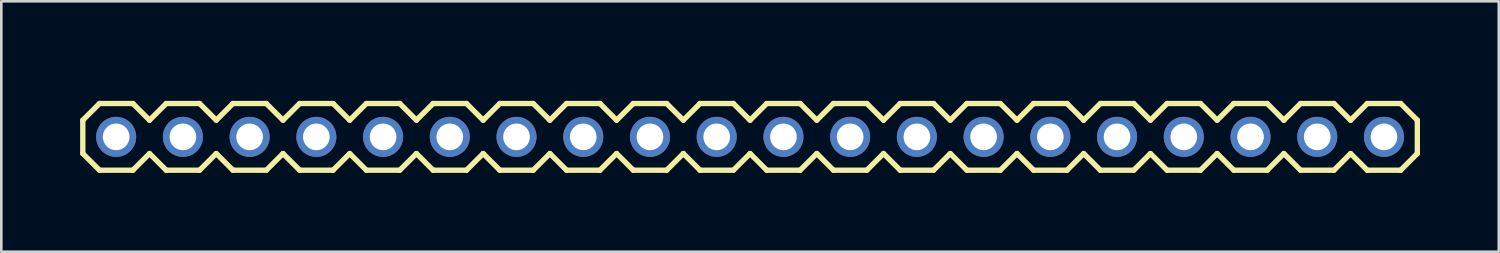
<source format=kicad_pcb>
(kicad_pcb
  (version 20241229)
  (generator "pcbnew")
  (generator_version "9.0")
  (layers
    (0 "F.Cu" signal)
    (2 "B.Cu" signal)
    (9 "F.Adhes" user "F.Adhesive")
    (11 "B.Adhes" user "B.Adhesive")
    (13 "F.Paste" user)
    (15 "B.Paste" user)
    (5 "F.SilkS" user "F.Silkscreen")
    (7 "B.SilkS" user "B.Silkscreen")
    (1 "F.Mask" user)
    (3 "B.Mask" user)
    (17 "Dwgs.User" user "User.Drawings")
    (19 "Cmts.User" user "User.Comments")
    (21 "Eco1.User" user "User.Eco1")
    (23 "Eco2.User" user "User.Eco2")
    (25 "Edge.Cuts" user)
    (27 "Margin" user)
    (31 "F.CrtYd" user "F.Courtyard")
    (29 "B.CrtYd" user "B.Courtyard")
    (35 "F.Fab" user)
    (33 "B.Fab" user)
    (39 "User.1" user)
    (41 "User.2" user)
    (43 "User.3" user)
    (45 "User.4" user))
  (footprint "1X20"
    (layer "F.Cu")
    (at 1.372 2.16)
    (property "Reference" "1X20" (at 1.194 -1.194 0) (layer "Eco1.User") (effects (font (size 1.27 1.27) (thickness 0.127))))
    (attr through_hole)
    (fp_line (start -1.27 -0.635) (end -1.27 0.635) (stroke (width 0.203) (type solid)) (layer "F.SilkS"))
    (fp_line (start -1.27 0.635) (end -0.635 1.27) (stroke (width 0.203) (type solid)) (layer "F.SilkS"))
    (fp_line (start -0.635 -1.27) (end -1.27 -0.635) (stroke (width 0.203) (type solid)) (layer "F.SilkS"))
    (fp_line (start -0.635 -1.27) (end 0.635 -1.27) (stroke (width 0.203) (type solid)) (layer "F.SilkS"))
    (fp_line (start 0.635 -1.27) (end 1.27 -0.635) (stroke (width 0.203) (type solid)) (layer "F.SilkS"))
    (fp_line (start 0.635 1.27) (end -0.635 1.27) (stroke (width 0.203) (type solid)) (layer "F.SilkS"))
    (fp_line (start 1.27 -0.635) (end 1.905 -1.27) (stroke (width 0.203) (type solid)) (layer "F.SilkS"))
    (fp_line (start 1.27 0.635) (end 0.635 1.27) (stroke (width 0.203) (type solid)) (layer "F.SilkS"))
    (fp_line (start 1.905 -1.27) (end 3.175 -1.27) (stroke (width 0.203) (type solid)) (layer "F.SilkS"))
    (fp_line (start 1.905 1.27) (end 1.27 0.635) (stroke (width 0.203) (type solid)) (layer "F.SilkS"))
    (fp_line (start 3.175 -1.27) (end 3.81 -0.635) (stroke (width 0.203) (type solid)) (layer "F.SilkS"))
    (fp_line (start 3.175 1.27) (end 1.905 1.27) (stroke (width 0.203) (type solid)) (layer "F.SilkS"))
    (fp_line (start 3.81 -0.635) (end 4.445 -1.27) (stroke (width 0.203) (type solid)) (layer "F.SilkS"))
    (fp_line (start 3.81 0.635) (end 3.175 1.27) (stroke (width 0.203) (type solid)) (layer "F.SilkS"))
    (fp_line (start 4.445 -1.27) (end 5.715 -1.27) (stroke (width 0.203) (type solid)) (layer "F.SilkS"))
    (fp_line (start 4.445 1.27) (end 3.81 0.635) (stroke (width 0.203) (type solid)) (layer "F.SilkS"))
    (fp_line (start 5.715 -1.27) (end 6.35 -0.635) (stroke (width 0.203) (type solid)) (layer "F.SilkS"))
    (fp_line (start 5.715 1.27) (end 4.445 1.27) (stroke (width 0.203) (type solid)) (layer "F.SilkS"))
    (fp_line (start 6.35 0.635) (end 5.715 1.27) (stroke (width 0.203) (type solid)) (layer "F.SilkS"))
    (fp_line (start 6.35 0.635) (end 6.985 1.27) (stroke (width 0.203) (type solid)) (layer "F.SilkS"))
    (fp_line (start 6.985 -1.27) (end 6.35 -0.635) (stroke (width 0.203) (type solid)) (layer "F.SilkS"))
    (fp_line (start 6.985 -1.27) (end 8.255 -1.27) (stroke (width 0.203) (type solid)) (layer "F.SilkS"))
    (fp_line (start 8.255 -1.27) (end 8.89 -0.635) (stroke (width 0.203) (type solid)) (layer "F.SilkS"))
    (fp_line (start 8.255 1.27) (end 6.985 1.27) (stroke (width 0.203) (type solid)) (layer "F.SilkS"))
    (fp_line (start 8.89 -0.635) (end 9.525 -1.27) (stroke (width 0.203) (type solid)) (layer "F.SilkS"))
    (fp_line (start 8.89 0.635) (end 8.255 1.27) (stroke (width 0.203) (type solid)) (layer "F.SilkS"))
    (fp_line (start 9.525 -1.27) (end 10.795 -1.27) (stroke (width 0.203) (type solid)) (layer "F.SilkS"))
    (fp_line (start 9.525 1.27) (end 8.89 0.635) (stroke (width 0.203) (type solid)) (layer "F.SilkS"))
    (fp_line (start 10.795 -1.27) (end 11.43 -0.635) (stroke (width 0.203) (type solid)) (layer "F.SilkS"))
    (fp_line (start 10.795 1.27) (end 9.525 1.27) (stroke (width 0.203) (type solid)) (layer "F.SilkS"))
    (fp_line (start 11.43 -0.635) (end 12.065 -1.27) (stroke (width 0.203) (type solid)) (layer "F.SilkS"))
    (fp_line (start 11.43 0.635) (end 10.795 1.27) (stroke (width 0.203) (type solid)) (layer "F.SilkS"))
    (fp_line (start 12.065 -1.27) (end 13.335 -1.27) (stroke (width 0.203) (type solid)) (layer "F.SilkS"))
    (fp_line (start 12.065 1.27) (end 11.43 0.635) (stroke (width 0.203) (type solid)) (layer "F.SilkS"))
    (fp_line (start 13.335 -1.27) (end 13.97 -0.635) (stroke (width 0.203) (type solid)) (layer "F.SilkS"))
    (fp_line (start 13.335 1.27) (end 12.065 1.27) (stroke (width 0.203) (type solid)) (layer "F.SilkS"))
    (fp_line (start 13.97 0.635) (end 13.335 1.27) (stroke (width 0.203) (type solid)) (layer "F.SilkS"))
    (fp_line (start 13.97 0.635) (end 14.605 1.27) (stroke (width 0.203) (type solid)) (layer "F.SilkS"))
    (fp_line (start 14.605 -1.27) (end 13.97 -0.635) (stroke (width 0.203) (type solid)) (layer "F.SilkS"))
    (fp_line (start 14.605 -1.27) (end 15.875 -1.27) (stroke (width 0.203) (type solid)) (layer "F.SilkS"))
    (fp_line (start 15.875 -1.27) (end 16.51 -0.635) (stroke (width 0.203) (type solid)) (layer "F.SilkS"))
    (fp_line (start 15.875 1.27) (end 14.605 1.27) (stroke (width 0.203) (type solid)) (layer "F.SilkS"))
    (fp_line (start 16.51 0.635) (end 15.875 1.27) (stroke (width 0.203) (type solid)) (layer "F.SilkS"))
    (fp_line (start 16.51 0.635) (end 17.145 1.27) (stroke (width 0.203) (type solid)) (layer "F.SilkS"))
    (fp_line (start 17.145 -1.27) (end 16.51 -0.635) (stroke (width 0.203) (type solid)) (layer "F.SilkS"))
    (fp_line (start 17.145 -1.27) (end 18.415 -1.27) (stroke (width 0.203) (type solid)) (layer "F.SilkS"))
    (fp_line (start 18.415 -1.27) (end 19.05 -0.635) (stroke (width 0.203) (type solid)) (layer "F.SilkS"))
    (fp_line (start 18.415 1.27) (end 17.145 1.27) (stroke (width 0.203) (type solid)) (layer "F.SilkS"))
    (fp_line (start 19.05 -0.635) (end 19.685 -1.27) (stroke (width 0.203) (type solid)) (layer "F.SilkS"))
    (fp_line (start 19.05 0.635) (end 18.415 1.27) (stroke (width 0.203) (type solid)) (layer "F.SilkS"))
    (fp_line (start 19.685 -1.27) (end 20.955 -1.27) (stroke (width 0.203) (type solid)) (layer "F.SilkS"))
    (fp_line (start 19.685 1.27) (end 19.05 0.635) (stroke (width 0.203) (type solid)) (layer "F.SilkS"))
    (fp_line (start 20.955 -1.27) (end 21.59 -0.635) (stroke (width 0.203) (type solid)) (layer "F.SilkS"))
    (fp_line (start 20.955 1.27) (end 19.685 1.27) (stroke (width 0.203) (type solid)) (layer "F.SilkS"))
    (fp_line (start 21.59 -0.635) (end 22.225 -1.27) (stroke (width 0.203) (type solid)) (layer "F.SilkS"))
    (fp_line (start 21.59 0.635) (end 20.955 1.27) (stroke (width 0.203) (type solid)) (layer "F.SilkS"))
    (fp_line (start 22.225 -1.27) (end 23.495 -1.27) (stroke (width 0.203) (type solid)) (layer "F.SilkS"))
    (fp_line (start 22.225 1.27) (end 21.59 0.635) (stroke (width 0.203) (type solid)) (layer "F.SilkS"))
    (fp_line (start 23.495 -1.27) (end 24.13 -0.635) (stroke (width 0.203) (type solid)) (layer "F.SilkS"))
    (fp_line (start 23.495 1.27) (end 22.225 1.27) (stroke (width 0.203) (type solid)) (layer "F.SilkS"))
    (fp_line (start 24.13 0.635) (end 23.495 1.27) (stroke (width 0.203) (type solid)) (layer "F.SilkS"))
    (fp_line (start 24.13 0.635) (end 24.765 1.27) (stroke (width 0.203) (type solid)) (layer "F.SilkS"))
    (fp_line (start 24.765 -1.27) (end 24.13 -0.635) (stroke (width 0.203) (type solid)) (layer "F.SilkS"))
    (fp_line (start 24.765 -1.27) (end 26.035 -1.27) (stroke (width 0.203) (type solid)) (layer "F.SilkS"))
    (fp_line (start 26.035 -1.27) (end 26.67 -0.635) (stroke (width 0.203) (type solid)) (layer "F.SilkS"))
    (fp_line (start 26.035 1.27) (end 24.765 1.27) (stroke (width 0.203) (type solid)) (layer "F.SilkS"))
    (fp_line (start 26.67 -0.635) (end 27.305 -1.27) (stroke (width 0.203) (type solid)) (layer "F.SilkS"))
    (fp_line (start 26.67 0.635) (end 26.035 1.27) (stroke (width 0.203) (type solid)) (layer "F.SilkS"))
    (fp_line (start 27.305 -1.27) (end 28.575 -1.27) (stroke (width 0.203) (type solid)) (layer "F.SilkS"))
    (fp_line (start 27.305 1.27) (end 26.67 0.635) (stroke (width 0.203) (type solid)) (layer "F.SilkS"))
    (fp_line (start 28.575 -1.27) (end 29.21 -0.635) (stroke (width 0.203) (type solid)) (layer "F.SilkS"))
    (fp_line (start 28.575 1.27) (end 27.305 1.27) (stroke (width 0.203) (type solid)) (layer "F.SilkS"))
    (fp_line (start 29.21 -0.635) (end 29.845 -1.27) (stroke (width 0.203) (type solid)) (layer "F.SilkS"))
    (fp_line (start 29.21 0.635) (end 28.575 1.27) (stroke (width 0.203) (type solid)) (layer "F.SilkS"))
    (fp_line (start 29.845 -1.27) (end 31.115 -1.27) (stroke (width 0.203) (type solid)) (layer "F.SilkS"))
    (fp_line (start 29.845 1.27) (end 29.21 0.635) (stroke (width 0.203) (type solid)) (layer "F.SilkS"))
    (fp_line (start 31.115 -1.27) (end 31.75 -0.635) (stroke (width 0.203) (type solid)) (layer "F.SilkS"))
    (fp_line (start 31.115 1.27) (end 29.845 1.27) (stroke (width 0.203) (type solid)) (layer "F.SilkS"))
    (fp_line (start 31.75 0.635) (end 31.115 1.27) (stroke (width 0.203) (type solid)) (layer "F.SilkS"))
    (fp_line (start 31.75 0.635) (end 32.385 1.27) (stroke (width 0.203) (type solid)) (layer "F.SilkS"))
    (fp_line (start 32.385 -1.27) (end 31.75 -0.635) (stroke (width 0.203) (type solid)) (layer "F.SilkS"))
    (fp_line (start 32.385 -1.27) (end 33.655 -1.27) (stroke (width 0.203) (type solid)) (layer "F.SilkS"))
    (fp_line (start 33.655 -1.27) (end 34.29 -0.635) (stroke (width 0.203) (type solid)) (layer "F.SilkS"))
    (fp_line (start 33.655 1.27) (end 32.385 1.27) (stroke (width 0.203) (type solid)) (layer "F.SilkS"))
    (fp_line (start 34.29 0.635) (end 33.655 1.27) (stroke (width 0.203) (type solid)) (layer "F.SilkS"))
    (fp_line (start 34.29 0.635) (end 34.925 1.27) (stroke (width 0.203) (type solid)) (layer "F.SilkS"))
    (fp_line (start 34.925 -1.27) (end 34.29 -0.635) (stroke (width 0.203) (type solid)) (layer "F.SilkS"))
    (fp_line (start 34.925 -1.27) (end 36.195 -1.27) (stroke (width 0.203) (type solid)) (layer "F.SilkS"))
    (fp_line (start 36.195 -1.27) (end 36.83 -0.635) (stroke (width 0.203) (type solid)) (layer "F.SilkS"))
    (fp_line (start 36.195 1.27) (end 34.925 1.27) (stroke (width 0.203) (type solid)) (layer "F.SilkS"))
    (fp_line (start 36.83 0.635) (end 36.195 1.27) (stroke (width 0.203) (type solid)) (layer "F.SilkS"))
    (fp_line (start 36.83 0.635) (end 37.465 1.27) (stroke (width 0.203) (type solid)) (layer "F.SilkS"))
    (fp_line (start 37.465 -1.27) (end 36.83 -0.635) (stroke (width 0.203) (type solid)) (layer "F.SilkS"))
    (fp_line (start 37.465 -1.27) (end 38.735 -1.27) (stroke (width 0.203) (type solid)) (layer "F.SilkS"))
    (fp_line (start 38.735 -1.27) (end 39.37 -0.635) (stroke (width 0.203) (type solid)) (layer "F.SilkS"))
    (fp_line (start 38.735 1.27) (end 37.465 1.27) (stroke (width 0.203) (type solid)) (layer "F.SilkS"))
    (fp_line (start 39.37 0.635) (end 38.735 1.27) (stroke (width 0.203) (type solid)) (layer "F.SilkS"))
    (fp_line (start 39.37 0.635) (end 40.005 1.27) (stroke (width 0.203) (type solid)) (layer "F.SilkS"))
    (fp_line (start 40.005 -1.27) (end 39.37 -0.635) (stroke (width 0.203) (type solid)) (layer "F.SilkS"))
    (fp_line (start 40.005 -1.27) (end 41.275 -1.27) (stroke (width 0.203) (type solid)) (layer "F.SilkS"))
    (fp_line (start 41.275 -1.27) (end 41.91 -0.635) (stroke (width 0.203) (type solid)) (layer "F.SilkS"))
    (fp_line (start 41.275 1.27) (end 40.005 1.27) (stroke (width 0.203) (type solid)) (layer "F.SilkS"))
    (fp_line (start 41.91 0.635) (end 41.275 1.27) (stroke (width 0.203) (type solid)) (layer "F.SilkS"))
    (fp_line (start 41.91 0.635) (end 42.545 1.27) (stroke (width 0.203) (type solid)) (layer "F.SilkS"))
    (fp_line (start 42.545 -1.27) (end 41.91 -0.635) (stroke (width 0.203) (type solid)) (layer "F.SilkS"))
    (fp_line (start 42.545 -1.27) (end 43.815 -1.27) (stroke (width 0.203) (type solid)) (layer "F.SilkS"))
    (fp_line (start 43.815 -1.27) (end 44.45 -0.635) (stroke (width 0.203) (type solid)) (layer "F.SilkS"))
    (fp_line (start 43.815 1.27) (end 42.545 1.27) (stroke (width 0.203) (type solid)) (layer "F.SilkS"))
    (fp_line (start 44.45 0.635) (end 43.815 1.27) (stroke (width 0.203) (type solid)) (layer "F.SilkS"))
    (fp_line (start 44.45 0.635) (end 45.085 1.27) (stroke (width 0.203) (type solid)) (layer "F.SilkS"))
    (fp_line (start 45.085 -1.27) (end 44.45 -0.635) (stroke (width 0.203) (type solid)) (layer "F.SilkS"))
    (fp_line (start 45.085 -1.27) (end 46.355 -1.27) (stroke (width 0.203) (type solid)) (layer "F.SilkS"))
    (fp_line (start 46.355 -1.27) (end 46.99 -0.635) (stroke (width 0.203) (type solid)) (layer "F.SilkS"))
    (fp_line (start 46.355 1.27) (end 45.085 1.27) (stroke (width 0.203) (type solid)) (layer "F.SilkS"))
    (fp_line (start 46.99 0.635) (end 46.355 1.27) (stroke (width 0.203) (type solid)) (layer "F.SilkS"))
    (fp_line (start 46.99 0.635) (end 47.625 1.27) (stroke (width 0.203) (type solid)) (layer "F.SilkS"))
    (fp_line (start 47.625 -1.27) (end 46.99 -0.635) (stroke (width 0.203) (type solid)) (layer "F.SilkS"))
    (fp_line (start 47.625 -1.27) (end 48.895 -1.27) (stroke (width 0.203) (type solid)) (layer "F.SilkS"))
    (fp_line (start 48.895 -1.27) (end 49.53 -0.635) (stroke (width 0.203) (type solid)) (layer "F.SilkS"))
    (fp_line (start 48.895 1.27) (end 47.625 1.27) (stroke (width 0.203) (type solid)) (layer "F.SilkS"))
    (fp_line (start 49.53 -0.635) (end 49.53 0.635) (stroke (width 0.203) (type solid)) (layer "F.SilkS"))
    (fp_line (start 49.53 0.635) (end 48.895 1.27) (stroke (width 0.203) (type solid)) (layer "F.SilkS"))
    (pad "1" thru_hole oval (at 0 0 90) (size 1.524 1.524) (drill 1.016) (layers "*.Cu" "*.Mask"))
    (pad "2" thru_hole oval (at 2.54 0 90) (size 1.524 1.524) (drill 1.016) (layers "*.Cu" "*.Mask"))
    (pad "3" thru_hole oval (at 5.08 0 90) (size 1.524 1.524) (drill 1.016) (layers "*.Cu" "*.Mask"))
    (pad "4" thru_hole oval (at 7.62 0 90) (size 1.524 1.524) (drill 1.016) (layers "*.Cu" "*.Mask"))
    (pad "5" thru_hole oval (at 10.16 0 90) (size 1.524 1.524) (drill 1.016) (layers "*.Cu" "*.Mask"))
    (pad "6" thru_hole oval (at 12.7 0 90) (size 1.524 1.524) (drill 1.016) (layers "*.Cu" "*.Mask"))
    (pad "7" thru_hole oval (at 15.24 0 90) (size 1.524 1.524) (drill 1.016) (layers "*.Cu" "*.Mask"))
    (pad "8" thru_hole oval (at 17.78 0 90) (size 1.524 1.524) (drill 1.016) (layers "*.Cu" "*.Mask"))
    (pad "9" thru_hole oval (at 20.32 0 90) (size 1.524 1.524) (drill 1.016) (layers "*.Cu" "*.Mask"))
    (pad "10" thru_hole oval (at 22.86 0 90) (size 1.524 1.524) (drill 1.016) (layers "*.Cu" "*.Mask"))
    (pad "11" thru_hole oval (at 25.4 0 90) (size 1.524 1.524) (drill 1.016) (layers "*.Cu" "*.Mask"))
    (pad "12" thru_hole oval (at 27.94 0 90) (size 1.524 1.524) (drill 1.016) (layers "*.Cu" "*.Mask"))
    (pad "13" thru_hole oval (at 30.48 0 90) (size 1.524 1.524) (drill 1.016) (layers "*.Cu" "*.Mask"))
    (pad "14" thru_hole oval (at 33.02 0 90) (size 1.524 1.524) (drill 1.016) (layers "*.Cu" "*.Mask"))
    (pad "15" thru_hole oval (at 35.56 0 90) (size 1.524 1.524) (drill 1.016) (layers "*.Cu" "*.Mask"))
    (pad "16" thru_hole oval (at 38.1 0 90) (size 1.524 1.524) (drill 1.016) (layers "*.Cu" "*.Mask"))
    (pad "17" thru_hole oval (at 40.64 0 90) (size 1.524 1.524) (drill 1.016) (layers "*.Cu" "*.Mask"))
    (pad "18" thru_hole oval (at 43.18 0 90) (size 1.524 1.524) (drill 1.016) (layers "*.Cu" "*.Mask"))
    (pad "19" thru_hole oval (at 45.72 0 90) (size 1.524 1.524) (drill 1.016) (layers "*.Cu" "*.Mask"))
    (pad "20" thru_hole oval (at 48.26 0 90) (size 1.524 1.524) (drill 1.016) (layers "*.Cu" "*.Mask")))
  (gr_rect
    (start -3 -3)
    (end 54.003 6.531)
    (stroke (width 0.1) (type default))
    (fill no)
    (layer "Edge.Cuts")))
</source>
